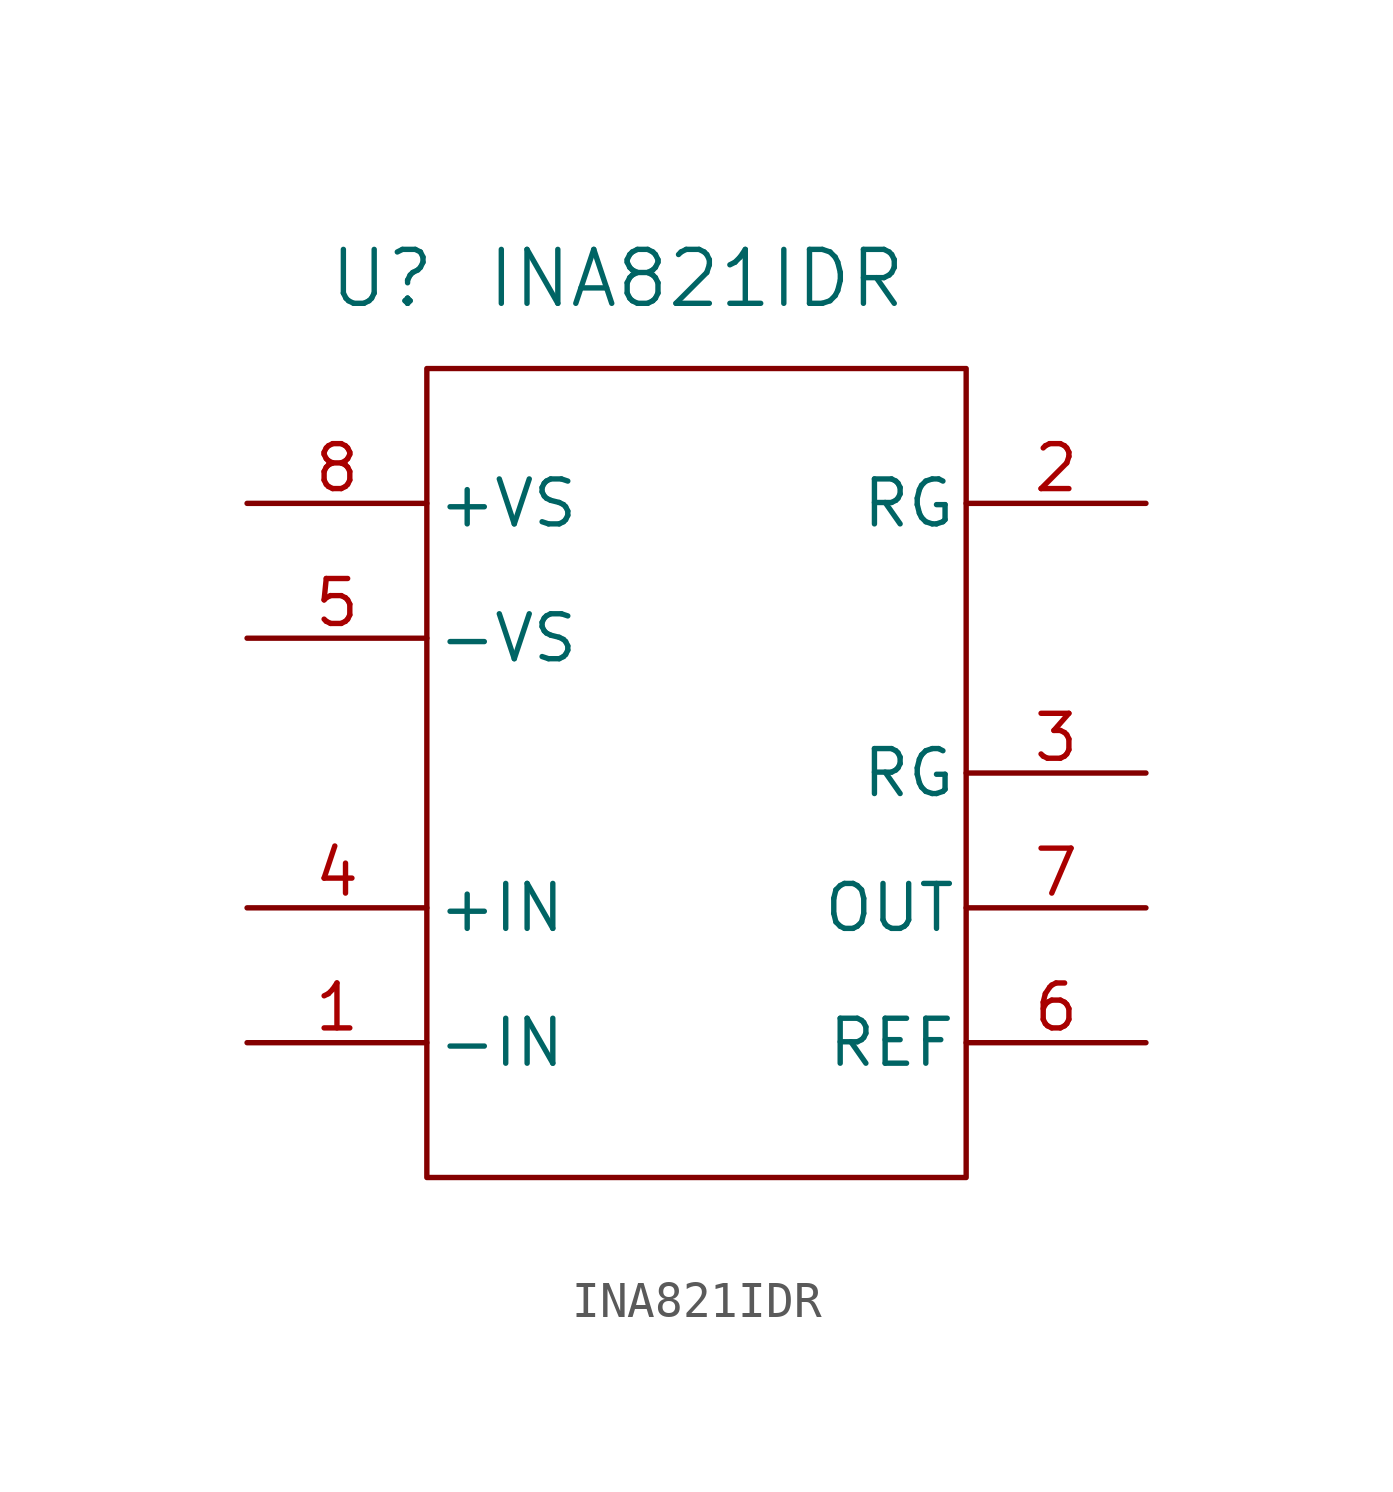
<source format=kicad_sym>
(kicad_symbol_lib
  (version 20231120)
  (generator "kicad_symbol_editor")
  (generator_version "8.0")
  (symbol "INA821IDR"
    (pin_names
      (offset 0.254))
    (property "Reference" "U"
      (at -13.97 15.24 0)
      (effects (font (size 1.524 1.524))))
    (property "Value" "INA821IDR"
      (at -5.08 15.24 0)
      (effects (font (size 1.524 1.524))))
    (property "ki_locked" ""
      (at 0 0 0)
      (effects (font (size 1.27 1.27))))
    (symbol "INA821IDR_0_1"
      (pin input line (at -17.78 -6.35 0) (length 5.08) (name "-IN" (effects (font (size 1.27 1.27)))) (number "1" (effects (font (size 1.27 1.27)))))
      (pin input line (at 7.62 8.89 180) (length 5.08) (name "RG" (effects (font (size 1.27 1.27)))) (number "2" (effects (font (size 1.27 1.27)))))
      (pin input line (at 7.62 1.27 180) (length 5.08) (name "RG" (effects (font (size 1.27 1.27)))) (number "3" (effects (font (size 1.27 1.27)))))
      (pin input line (at -17.78 -2.54 0) (length 5.08) (name "+IN" (effects (font (size 1.27 1.27)))) (number "4" (effects (font (size 1.27 1.27)))))
      (pin power_in line (at -17.78 5.08 0) (length 5.08) (name "-VS" (effects (font (size 1.27 1.27)))) (number "5" (effects (font (size 1.27 1.27)))))
      (pin input line (at 7.62 -6.35 180) (length 5.08) (name "REF" (effects (font (size 1.27 1.27)))) (number "6" (effects (font (size 1.27 1.27)))))
      (pin output line (at 7.62 -2.54 180) (length 5.08) (name "OUT" (effects (font (size 1.27 1.27)))) (number "7" (effects (font (size 1.27 1.27)))))
      (pin power_in line (at -17.78 8.89 0) (length 5.08) (name "+VS" (effects (font (size 1.27 1.27)))) (number "8" (effects (font (size 1.27 1.27))))))
    (symbol "INA821IDR_1_1"
      (rectangle (start -12.7 12.7) (end 2.54 -10.16) (stroke (width 0) (type default)) (fill (type none))))))
</source>
